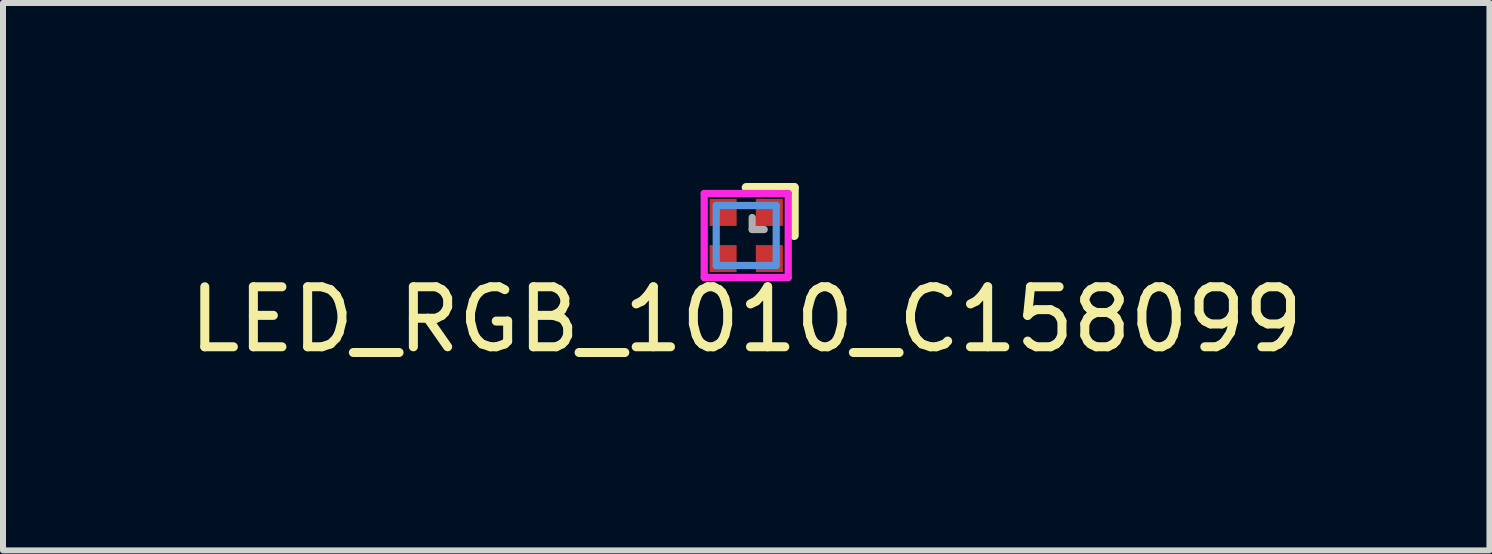
<source format=kicad_pcb>
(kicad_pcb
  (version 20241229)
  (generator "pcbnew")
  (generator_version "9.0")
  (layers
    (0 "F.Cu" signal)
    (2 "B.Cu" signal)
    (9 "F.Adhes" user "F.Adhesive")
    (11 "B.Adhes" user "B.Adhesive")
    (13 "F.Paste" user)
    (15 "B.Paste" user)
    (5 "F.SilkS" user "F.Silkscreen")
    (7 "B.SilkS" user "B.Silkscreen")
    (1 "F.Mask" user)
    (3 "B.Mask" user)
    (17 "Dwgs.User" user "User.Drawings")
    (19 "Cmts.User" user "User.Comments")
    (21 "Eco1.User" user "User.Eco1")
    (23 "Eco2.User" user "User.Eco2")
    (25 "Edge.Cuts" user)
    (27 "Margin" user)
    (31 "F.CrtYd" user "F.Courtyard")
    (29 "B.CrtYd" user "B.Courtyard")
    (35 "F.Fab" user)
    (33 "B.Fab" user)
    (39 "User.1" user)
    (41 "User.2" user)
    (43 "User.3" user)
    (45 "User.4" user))
  (footprint "LED_RGB_1010_C158099"
    (layer "F.Cu")
    (at 9.387 0.875)
    (property "Reference" "LED_RGB_1010_C158099" (at 0 1.4 0) (layer "F.SilkS") (effects (font (size 1 1) (thickness 0.15))))
    (attr smd)
    (fp_line (start 0 -0.8) (end 0.8 -0.8) (stroke (width 0.15) (type solid)) (layer "F.SilkS"))
    (fp_line (start 0.8 -0.8) (end 0.8 0) (stroke (width 0.15) (type solid)) (layer "F.SilkS"))
    (fp_line (start -0.5 -0.5) (end 0.5 -0.5) (stroke (width 0.12) (type solid)) (layer "Cmts.User"))
    (fp_line (start -0.5 0.5) (end -0.5 -0.5) (stroke (width 0.12) (type solid)) (layer "Cmts.User"))
    (fp_line (start 0.5 -0.5) (end 0.5 0.5) (stroke (width 0.12) (type solid)) (layer "Cmts.User"))
    (fp_line (start 0.5 0.5) (end -0.5 0.5) (stroke (width 0.12) (type solid)) (layer "Cmts.User"))
    (fp_line (start -0.7 -0.7) (end -0.7 0.7) (stroke (width 0.12) (type solid)) (layer "F.CrtYd"))
    (fp_line (start -0.7 -0.7) (end 0.7 -0.7) (stroke (width 0.12) (type solid)) (layer "F.CrtYd"))
    (fp_line (start 0.7 0.7) (end -0.7 0.7) (stroke (width 0.12) (type solid)) (layer "F.CrtYd"))
    (fp_line (start 0.7 0.7) (end 0.7 -0.7) (stroke (width 0.12) (type solid)) (layer "F.CrtYd"))
    (fp_line (start 0.1 -0.3) (end 0.1 -0.1) (stroke (width 0.12) (type solid)) (layer "F.Fab"))
    (fp_line (start 0.1 -0.1) (end 0.3 -0.1) (stroke (width 0.12) (type solid)) (layer "F.Fab"))
    (pad "1" smd rect (at 0.385 -0.385) (size 0.45 0.45) (layers "F.Cu" "F.Mask" "F.Paste"))
    (pad "2" smd rect (at 0.385 0.385 270) (size 0.45 0.45) (layers "F.Cu" "F.Mask" "F.Paste"))
    (pad "3" smd rect (at -0.385 0.385 180) (size 0.45 0.45) (layers "F.Cu" "F.Mask" "F.Paste"))
    (pad "4" smd rect (at -0.385 -0.385 90) (size 0.45 0.45) (layers "F.Cu" "F.Mask" "F.Paste")))
  (gr_rect
    (start -3 -3)
    (end 21.774 6.123)
    (stroke (width 0.1) (type default))
    (fill no)
    (layer "Edge.Cuts")))
</source>
